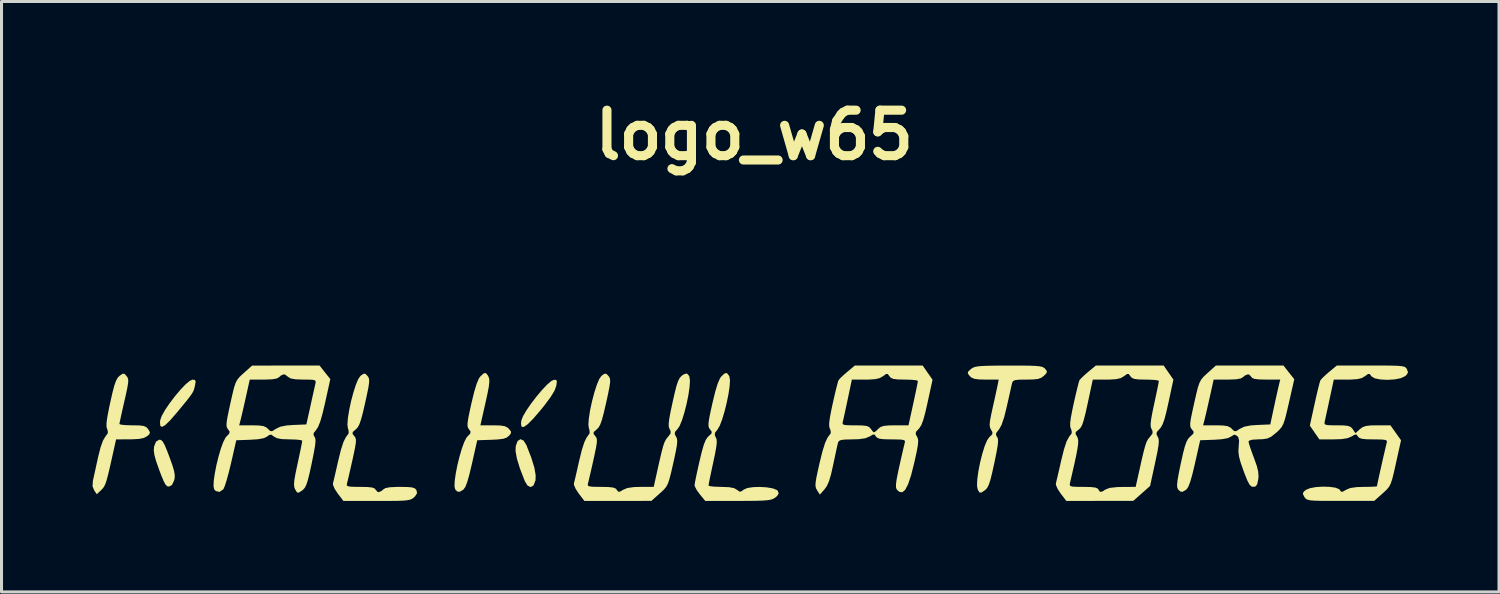
<source format=kicad_pcb>
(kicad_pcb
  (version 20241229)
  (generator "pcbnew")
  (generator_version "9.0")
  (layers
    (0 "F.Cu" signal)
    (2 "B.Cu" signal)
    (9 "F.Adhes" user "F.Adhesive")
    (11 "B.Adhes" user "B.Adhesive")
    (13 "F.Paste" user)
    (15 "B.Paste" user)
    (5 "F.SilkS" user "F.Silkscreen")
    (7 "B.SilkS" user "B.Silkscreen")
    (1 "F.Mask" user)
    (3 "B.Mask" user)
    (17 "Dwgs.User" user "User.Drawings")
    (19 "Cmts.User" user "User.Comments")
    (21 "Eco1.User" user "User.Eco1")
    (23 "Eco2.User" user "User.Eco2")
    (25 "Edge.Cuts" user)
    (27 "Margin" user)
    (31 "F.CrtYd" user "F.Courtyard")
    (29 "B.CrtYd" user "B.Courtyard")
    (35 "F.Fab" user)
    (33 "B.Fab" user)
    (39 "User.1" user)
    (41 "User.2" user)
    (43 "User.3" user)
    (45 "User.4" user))
  (footprint "logo_w65"
    (layer "F.Cu")
    (at 21.818 1.404)
    (property "Reference" "logo_w65" (at 0 0 0) (layer "F.SilkS") (effects (font (size 1.5 1.5) (thickness 0.3))))
    (attr board_only exclude_from_pos_files exclude_from_bom)
    (fp_poly (pts (xy -7.604 10.074) (xy -7.513 10.221) (xy -7.351 10.637) (xy -7.25 10.966) (xy -7.207 11.218) (xy -7.213 11.381) (xy -7.276 11.546) (xy -7.369 11.606) (xy -7.474 11.557) (xy -7.565 11.41) (xy -7.726 10.993) (xy -7.827 10.665) (xy -7.871 10.413) (xy -7.864 10.25) (xy -7.802 10.084) (xy -7.708 10.025)) (stroke (width 0) (type solid)) (fill yes) (layer "F.SilkS"))
    (fp_poly (pts (xy -6.509 8.115) (xy -6.523 8.24) (xy -6.529 8.27) (xy -6.586 8.425) (xy -6.711 8.632) (xy -6.912 8.902) (xy -7.037 9.058) (xy -7.282 9.343) (xy -7.468 9.531) (xy -7.597 9.622) (xy -7.671 9.617) (xy -7.692 9.518) (xy -7.679 9.409) (xy -7.626 9.27) (xy -7.514 9.078) (xy -7.362 8.857) (xy -7.187 8.628) (xy -7.006 8.412) (xy -6.837 8.233) (xy -6.698 8.112) (xy -6.617 8.071) (xy -6.535 8.069)) (stroke (width 0) (type solid)) (fill yes) (layer "F.SilkS"))
    (fp_poly (pts (xy -18.44 8.073) (xy -18.418 8.131) (xy -18.441 8.265) (xy -18.463 8.354) (xy -18.488 8.43) (xy -18.53 8.51) (xy -18.601 8.612) (xy -18.712 8.754) (xy -18.877 8.955) (xy -19.036 9.148) (xy -19.256 9.401) (xy -19.418 9.558) (xy -19.525 9.62) (xy -19.582 9.59) (xy -19.593 9.468) (xy -19.586 9.402) (xy -19.537 9.26) (xy -19.429 9.067) (xy -19.28 8.847) (xy -19.108 8.619) (xy -18.928 8.405) (xy -18.758 8.226) (xy -18.615 8.105) (xy -18.52 8.062)) (stroke (width 0) (type solid)) (fill yes) (layer "F.SilkS"))
    (fp_poly (pts (xy -19.562 10.05) (xy -19.507 10.099) (xy -19.444 10.208) (xy -19.364 10.397) (xy -19.286 10.601) (xy -19.187 10.876) (xy -19.129 11.071) (xy -19.106 11.213) (xy -19.112 11.327) (xy -19.122 11.372) (xy -19.196 11.533) (xy -19.292 11.587) (xy -19.351 11.58) (xy -19.406 11.53) (xy -19.468 11.418) (xy -19.548 11.227) (xy -19.62 11.036) (xy -19.72 10.753) (xy -19.777 10.55) (xy -19.798 10.401) (xy -19.789 10.278) (xy -19.786 10.264) (xy -19.725 10.107) (xy -19.624 10.044) (xy -19.622 10.044)) (stroke (width 0) (type solid)) (fill yes) (layer "F.SilkS"))
    (fp_poly (pts (xy -8.784 7.923) (xy -8.765 7.959) (xy -8.739 8.034) (xy -8.735 8.14) (xy -8.753 8.298) (xy -8.797 8.529) (xy -8.863 8.829) (xy -9.03 9.568) (xy -8.612 9.568) (xy -8.38 9.574) (xy -8.231 9.596) (xy -8.136 9.642) (xy -8.09 9.684) (xy -8.019 9.776) (xy -8.03 9.845) (xy -8.088 9.914) (xy -8.165 9.975) (xy -8.281 10.013) (xy -8.465 10.035) (xy -8.662 10.045) (xy -9.134 10.061) (xy -9.308 10.834) (xy -9.392 11.186) (xy -9.463 11.437) (xy -9.526 11.598) (xy -9.586 11.683) (xy -9.594 11.69) (xy -9.712 11.761) (xy -9.792 11.751) (xy -9.859 11.684) (xy -9.884 11.583) (xy -9.876 11.397) (xy -9.842 11.154) (xy -9.787 10.879) (xy -9.718 10.597) (xy -9.641 10.334) (xy -9.561 10.117) (xy -9.485 9.97) (xy -9.458 9.939) (xy -9.365 9.842) (xy -9.354 9.774) (xy -9.404 9.701) (xy -9.439 9.65) (xy -9.455 9.581) (xy -9.451 9.474) (xy -9.425 9.31) (xy -9.375 9.067) (xy -9.326 8.844) (xy -9.234 8.465) (xy -9.151 8.193) (xy -9.076 8.019) (xy -9.034 7.96) (xy -8.922 7.856) (xy -8.85 7.844)) (stroke (width 0) (type solid)) (fill yes) (layer "F.SilkS"))
    (fp_poly (pts (xy -20.763 7.872) (xy -20.696 7.943) (xy -20.659 7.997) (xy -20.64 8.065) (xy -20.643 8.167) (xy -20.669 8.325) (xy -20.718 8.56) (xy -20.766 8.768) (xy -20.828 9.042) (xy -20.88 9.275) (xy -20.916 9.442) (xy -20.932 9.523) (xy -20.932 9.525) (xy -20.88 9.546) (xy -20.741 9.561) (xy -20.541 9.568) (xy -20.503 9.568) (xy -20.275 9.572) (xy -20.133 9.589) (xy -20.046 9.627) (xy -19.985 9.692) (xy -19.981 9.698) (xy -19.924 9.798) (xy -19.948 9.867) (xy -20.021 9.929) (xy -20.134 9.987) (xy -20.304 10.019) (xy -20.559 10.031) (xy -20.596 10.031) (xy -21.041 10.032) (xy -21.167 10.598) (xy -21.246 10.952) (xy -21.308 11.211) (xy -21.357 11.394) (xy -21.401 11.518) (xy -21.445 11.603) (xy -21.496 11.667) (xy -21.537 11.708) (xy -21.676 11.839) (xy -21.762 11.715) (xy -21.818 11.577) (xy -21.805 11.394) (xy -21.801 11.378) (xy -21.767 11.225) (xy -21.717 10.998) (xy -21.66 10.735) (xy -21.634 10.616) (xy -21.553 10.295) (xy -21.468 10.062) (xy -21.394 9.94) (xy -21.314 9.829) (xy -21.318 9.73) (xy -21.336 9.693) (xy -21.357 9.615) (xy -21.356 9.487) (xy -21.329 9.293) (xy -21.276 9.014) (xy -21.232 8.809) (xy -21.158 8.483) (xy -21.097 8.252) (xy -21.041 8.096) (xy -20.986 7.996) (xy -20.927 7.937) (xy -20.826 7.867)) (stroke (width 0) (type solid)) (fill yes) (layer "F.SilkS"))
    (fp_poly (pts (xy -0.84 7.923) (xy -0.82 7.959) (xy -0.801 8.079) (xy -0.813 8.281) (xy -0.851 8.538) (xy -0.909 8.824) (xy -0.98 9.11) (xy -1.058 9.371) (xy -1.137 9.579) (xy -1.211 9.707) (xy -1.215 9.71) (xy -1.298 9.818) (xy -1.3 9.904) (xy -1.27 9.962) (xy -1.243 10.03) (xy -1.236 10.131) (xy -1.253 10.284) (xy -1.294 10.511) (xy -1.354 10.795) (xy -1.413 11.07) (xy -1.462 11.303) (xy -1.495 11.471) (xy -1.509 11.552) (xy -1.509 11.555) (xy -1.455 11.576) (xy -1.315 11.591) (xy -1.116 11.598) (xy -1.092 11.598) (xy -0.835 11.608) (xy -0.668 11.639) (xy -0.57 11.694) (xy -0.482 11.758) (xy -0.41 11.738) (xy -0.355 11.692) (xy -0.234 11.637) (xy -0.042 11.607) (xy 0.186 11.599) (xy 0.417 11.614) (xy 0.616 11.649) (xy 0.749 11.703) (xy 0.777 11.731) (xy 0.805 11.819) (xy 0.751 11.901) (xy 0.696 11.947) (xy 0.635 11.987) (xy 0.559 12.016) (xy 0.45 12.036) (xy 0.289 12.049) (xy 0.061 12.057) (xy -0.254 12.06) (xy -0.532 12.061) (xy -1.615 12.062) (xy -1.793 11.846) (xy -1.899 11.701) (xy -1.961 11.579) (xy -1.969 11.541) (xy -1.956 11.453) (xy -1.921 11.277) (xy -1.87 11.038) (xy -1.808 10.762) (xy -1.804 10.745) (xy -1.727 10.426) (xy -1.662 10.202) (xy -1.601 10.053) (xy -1.538 9.958) (xy -1.502 9.924) (xy -1.411 9.839) (xy -1.405 9.774) (xy -1.457 9.705) (xy -1.493 9.653) (xy -1.51 9.586) (xy -1.508 9.484) (xy -1.484 9.326) (xy -1.436 9.092) (xy -1.381 8.844) (xy -1.289 8.465) (xy -1.207 8.193) (xy -1.131 8.019) (xy -1.089 7.96) (xy -0.978 7.856) (xy -0.905 7.844)) (stroke (width 0) (type solid)) (fill yes) (layer "F.SilkS"))
    (fp_poly (pts (xy 8.774 7.599) (xy 9.063 7.602) (xy 9.269 7.61) (xy 9.409 7.623) (xy 9.5 7.644) (xy 9.557 7.674) (xy 9.588 7.703) (xy 9.647 7.783) (xy 9.632 7.85) (xy 9.55 7.935) (xy 9.462 8.001) (xy 9.351 8.04) (xy 9.184 8.057) (xy 8.971 8.061) (xy 8.745 8.063) (xy 8.61 8.076) (xy 8.538 8.105) (xy 8.505 8.159) (xy 8.496 8.191) (xy 8.471 8.3) (xy 8.428 8.492) (xy 8.373 8.739) (xy 8.325 8.951) (xy 8.237 9.307) (xy 8.152 9.555) (xy 8.069 9.704) (xy 8.056 9.718) (xy 7.974 9.824) (xy 7.972 9.9) (xy 8.003 9.946) (xy 8.03 10.001) (xy 8.038 10.091) (xy 8.025 10.233) (xy 7.988 10.448) (xy 7.926 10.754) (xy 7.911 10.824) (xy 7.84 11.146) (xy 7.783 11.374) (xy 7.732 11.528) (xy 7.681 11.628) (xy 7.622 11.694) (xy 7.591 11.718) (xy 7.484 11.787) (xy 7.426 11.783) (xy 7.372 11.698) (xy 7.367 11.689) (xy 7.343 11.559) (xy 7.352 11.348) (xy 7.388 11.084) (xy 7.445 10.796) (xy 7.516 10.51) (xy 7.595 10.256) (xy 7.677 10.06) (xy 7.753 9.953) (xy 7.845 9.868) (xy 7.851 9.794) (xy 7.808 9.718) (xy 7.773 9.647) (xy 7.759 9.56) (xy 7.77 9.429) (xy 7.807 9.232) (xy 7.854 9.014) (xy 7.914 8.747) (xy 7.967 8.503) (xy 8.007 8.316) (xy 8.021 8.249) (xy 8.058 8.061) (xy 7.633 8.061) (xy 7.398 8.055) (xy 7.248 8.033) (xy 7.152 7.989) (xy 7.105 7.946) (xy 7.039 7.861) (xy 7.051 7.798) (xy 7.139 7.716) (xy 7.196 7.676) (xy 7.267 7.646) (xy 7.368 7.625) (xy 7.518 7.612) (xy 7.735 7.604) (xy 8.034 7.6) (xy 8.385 7.599)) (stroke (width 0) (type solid)) (fill yes) (layer "F.SilkS"))
    (fp_poly (pts (xy -12.818 7.873) (xy -12.751 7.943) (xy -12.715 7.995) (xy -12.697 8.062) (xy -12.699 8.162) (xy -12.721 8.316) (xy -12.768 8.545) (xy -12.829 8.826) (xy -12.904 9.151) (xy -12.966 9.381) (xy -13.021 9.537) (xy -13.076 9.638) (xy -13.139 9.703) (xy -13.143 9.706) (xy -13.237 9.788) (xy -13.244 9.85) (xy -13.191 9.919) (xy -13.152 9.971) (xy -13.133 10.037) (xy -13.136 10.139) (xy -13.161 10.298) (xy -13.21 10.535) (xy -13.248 10.71) (xy -13.31 10.985) (xy -13.365 11.226) (xy -13.408 11.406) (xy -13.431 11.497) (xy -13.435 11.547) (xy -13.395 11.577) (xy -13.289 11.593) (xy -13.098 11.598) (xy -12.992 11.598) (xy -12.744 11.603) (xy -12.59 11.621) (xy -12.51 11.655) (xy -12.489 11.685) (xy -12.42 11.762) (xy -12.382 11.772) (xy -12.286 11.731) (xy -12.236 11.685) (xy -12.161 11.638) (xy -12.018 11.61) (xy -11.787 11.599) (xy -11.68 11.598) (xy -11.436 11.602) (xy -11.282 11.616) (xy -11.193 11.646) (xy -11.144 11.696) (xy -11.139 11.706) (xy -11.117 11.806) (xy -11.181 11.907) (xy -11.213 11.938) (xy -11.265 11.981) (xy -11.327 12.013) (xy -11.416 12.035) (xy -11.549 12.05) (xy -11.745 12.058) (xy -12.02 12.061) (xy -12.391 12.062) (xy -12.445 12.062) (xy -13.545 12.062) (xy -13.732 11.819) (xy -13.833 11.665) (xy -13.888 11.536) (xy -13.892 11.486) (xy -13.869 11.395) (xy -13.827 11.218) (xy -13.772 10.98) (xy -13.716 10.731) (xy -13.627 10.373) (xy -13.543 10.113) (xy -13.465 9.959) (xy -13.451 9.942) (xy -13.372 9.83) (xy -13.378 9.721) (xy -13.396 9.678) (xy -13.414 9.547) (xy -13.399 9.336) (xy -13.357 9.072) (xy -13.296 8.783) (xy -13.221 8.498) (xy -13.14 8.243) (xy -13.059 8.047) (xy -12.984 7.938) (xy -12.981 7.936) (xy -12.88 7.867)) (stroke (width 0) (type solid)) (fill yes) (layer "F.SilkS"))
    (fp_poly (pts (xy -2.157 7.929) (xy -2.139 7.966) (xy -2.12 8.097) (xy -2.134 8.31) (xy -2.173 8.575) (xy -2.232 8.864) (xy -2.305 9.149) (xy -2.384 9.402) (xy -2.464 9.594) (xy -2.528 9.689) (xy -2.615 9.787) (xy -2.621 9.866) (xy -2.581 9.938) (xy -2.551 10.002) (xy -2.54 10.087) (xy -2.55 10.215) (xy -2.583 10.406) (xy -2.641 10.681) (xy -2.671 10.815) (xy -2.741 11.121) (xy -2.796 11.336) (xy -2.846 11.487) (xy -2.903 11.595) (xy -2.977 11.685) (xy -3.079 11.781) (xy -3.117 11.814) (xy -3.392 12.06) (xy -4.496 12.061) (xy -5.6 12.062) (xy -5.787 11.819) (xy -5.888 11.665) (xy -5.944 11.536) (xy -5.947 11.486) (xy -5.924 11.395) (xy -5.882 11.218) (xy -5.828 10.98) (xy -5.772 10.731) (xy -5.683 10.373) (xy -5.598 10.113) (xy -5.52 9.959) (xy -5.506 9.942) (xy -5.427 9.83) (xy -5.433 9.721) (xy -5.451 9.678) (xy -5.469 9.547) (xy -5.454 9.336) (xy -5.413 9.072) (xy -5.351 8.783) (xy -5.276 8.498) (xy -5.195 8.243) (xy -5.114 8.047) (xy -5.039 7.938) (xy -5.037 7.936) (xy -4.936 7.867) (xy -4.873 7.873) (xy -4.806 7.943) (xy -4.77 7.995) (xy -4.752 8.062) (xy -4.754 8.162) (xy -4.777 8.316) (xy -4.823 8.545) (xy -4.884 8.826) (xy -4.96 9.151) (xy -5.021 9.381) (xy -5.076 9.537) (xy -5.131 9.638) (xy -5.194 9.703) (xy -5.198 9.706) (xy -5.292 9.788) (xy -5.299 9.85) (xy -5.246 9.919) (xy -5.207 9.971) (xy -5.189 10.037) (xy -5.191 10.139) (xy -5.216 10.298) (xy -5.265 10.535) (xy -5.303 10.71) (xy -5.365 10.985) (xy -5.421 11.226) (xy -5.463 11.406) (xy -5.486 11.497) (xy -5.49 11.547) (xy -5.45 11.578) (xy -5.344 11.593) (xy -5.151 11.598) (xy -5.052 11.598) (xy -4.808 11.603) (xy -4.655 11.62) (xy -4.569 11.654) (xy -4.532 11.696) (xy -4.485 11.759) (xy -4.424 11.753) (xy -4.329 11.696) (xy -4.183 11.635) (xy -3.963 11.604) (xy -3.747 11.598) (xy -3.315 11.598) (xy -3.19 11.033) (xy -3.111 10.683) (xy -3.05 10.427) (xy -3.002 10.248) (xy -2.959 10.125) (xy -2.916 10.04) (xy -2.867 9.974) (xy -2.84 9.943) (xy -2.759 9.837) (xy -2.761 9.75) (xy -2.789 9.697) (xy -2.816 9.63) (xy -2.823 9.53) (xy -2.807 9.379) (xy -2.767 9.155) (xy -2.7 8.839) (xy -2.7 8.835) (xy -2.625 8.504) (xy -2.565 8.267) (xy -2.51 8.106) (xy -2.454 8) (xy -2.388 7.931) (xy -2.31 7.881) (xy -2.221 7.86)) (stroke (width 0) (type solid)) (fill yes) (layer "F.SilkS"))
    (fp_poly (pts (xy 20.717 7.597) (xy 21.004 7.6) (xy 21.208 7.606) (xy 21.344 7.618) (xy 21.429 7.637) (xy 21.479 7.665) (xy 21.509 7.703) (xy 21.519 7.722) (xy 21.553 7.823) (xy 21.507 7.904) (xy 21.449 7.953) (xy 21.306 8.017) (xy 21.101 8.056) (xy 20.868 8.069) (xy 20.643 8.057) (xy 20.458 8.02) (xy 20.35 7.957) (xy 20.344 7.949) (xy 20.29 7.876) (xy 20.235 7.876) (xy 20.135 7.948) (xy 20.133 7.949) (xy 20.027 8.011) (xy 19.882 8.046) (xy 19.667 8.06) (xy 19.549 8.061) (xy 19.106 8.061) (xy 18.972 8.684) (xy 18.915 8.952) (xy 18.863 9.188) (xy 18.824 9.364) (xy 18.808 9.438) (xy 18.798 9.504) (xy 18.823 9.543) (xy 18.905 9.562) (xy 19.067 9.568) (xy 19.211 9.568) (xy 19.439 9.572) (xy 19.581 9.589) (xy 19.667 9.625) (xy 19.726 9.689) (xy 19.733 9.699) (xy 19.82 9.829) (xy 19.961 9.699) (xy 20.053 9.63) (xy 20.164 9.59) (xy 20.328 9.572) (xy 20.537 9.568) (xy 20.973 9.568) (xy 21.148 9.815) (xy 21.323 10.061) (xy 21.156 10.815) (xy 21.088 11.121) (xy 21.034 11.336) (xy 20.984 11.487) (xy 20.928 11.595) (xy 20.854 11.684) (xy 20.753 11.78) (xy 20.716 11.813) (xy 20.442 12.058) (xy 19.332 12.06) (xy 18.948 12.06) (xy 18.663 12.058) (xy 18.46 12.052) (xy 18.325 12.04) (xy 18.239 12.021) (xy 18.186 11.992) (xy 18.151 11.952) (xy 18.137 11.931) (xy 18.085 11.83) (xy 18.112 11.759) (xy 18.184 11.699) (xy 18.317 11.642) (xy 18.515 11.605) (xy 18.743 11.59) (xy 18.969 11.597) (xy 19.16 11.624) (xy 19.282 11.673) (xy 19.302 11.696) (xy 19.349 11.759) (xy 19.41 11.753) (xy 19.506 11.696) (xy 19.649 11.636) (xy 19.865 11.605) (xy 20.092 11.598) (xy 20.3 11.596) (xy 20.455 11.589) (xy 20.527 11.579) (xy 20.529 11.577) (xy 20.541 11.512) (xy 20.573 11.36) (xy 20.619 11.15) (xy 20.674 10.906) (xy 20.73 10.657) (xy 20.783 10.429) (xy 20.825 10.249) (xy 20.851 10.143) (xy 20.854 10.134) (xy 20.858 10.083) (xy 20.817 10.053) (xy 20.711 10.038) (xy 20.518 10.033) (xy 20.42 10.032) (xy 20.175 10.028) (xy 20.022 10.011) (xy 19.936 9.976) (xy 19.9 9.935) (xy 19.853 9.872) (xy 19.792 9.877) (xy 19.696 9.935) (xy 19.561 9.992) (xy 19.36 10.024) (xy 19.089 10.032) (xy 18.631 10.032) (xy 18.473 9.805) (xy 18.316 9.578) (xy 18.473 8.863) (xy 18.535 8.585) (xy 18.592 8.347) (xy 18.637 8.172) (xy 18.665 8.084) (xy 18.666 8.082) (xy 18.728 8.01) (xy 18.85 7.896) (xy 18.954 7.806) (xy 19.206 7.597) (xy 20.329 7.597)) (stroke (width 0) (type solid)) (fill yes) (layer "F.SilkS"))
    (fp_poly (pts (xy 13.657 7.829) (xy 13.818 8.061) (xy 13.657 8.812) (xy 13.582 9.145) (xy 13.518 9.383) (xy 13.458 9.545) (xy 13.396 9.651) (xy 13.359 9.692) (xy 13.27 9.791) (xy 13.262 9.87) (xy 13.299 9.941) (xy 13.328 10.006) (xy 13.338 10.095) (xy 13.327 10.23) (xy 13.293 10.432) (xy 13.233 10.72) (xy 13.213 10.815) (xy 13.049 11.569) (xy 12.773 11.813) (xy 12.497 12.058) (xy 11.393 12.06) (xy 10.289 12.062) (xy 10.102 11.819) (xy 10.001 11.665) (xy 9.946 11.536) (xy 9.946 11.532) (xy 10.399 11.532) (xy 10.422 11.571) (xy 10.5 11.59) (xy 10.655 11.597) (xy 10.845 11.598) (xy 11.093 11.603) (xy 11.246 11.621) (xy 11.325 11.656) (xy 11.345 11.685) (xy 11.396 11.761) (xy 11.477 11.751) (xy 11.573 11.687) (xy 11.717 11.632) (xy 11.969 11.604) (xy 12.13 11.6) (xy 12.574 11.598) (xy 12.7 11.033) (xy 12.778 10.683) (xy 12.839 10.427) (xy 12.888 10.248) (xy 12.93 10.125) (xy 12.973 10.04) (xy 13.023 9.974) (xy 13.05 9.943) (xy 13.13 9.837) (xy 13.129 9.75) (xy 13.1 9.697) (xy 13.073 9.628) (xy 13.067 9.528) (xy 13.083 9.375) (xy 13.124 9.148) (xy 13.184 8.864) (xy 13.243 8.589) (xy 13.292 8.356) (xy 13.325 8.187) (xy 13.339 8.107) (xy 13.339 8.104) (xy 13.285 8.083) (xy 13.144 8.068) (xy 12.944 8.061) (xy 12.903 8.061) (xy 12.672 8.056) (xy 12.528 8.038) (xy 12.444 8.001) (xy 12.399 7.949) (xy 12.345 7.876) (xy 12.29 7.876) (xy 12.19 7.948) (xy 12.188 7.949) (xy 12.082 8.011) (xy 11.938 8.046) (xy 11.724 8.06) (xy 11.603 8.061) (xy 11.16 8.061) (xy 10.993 8.843) (xy 10.921 9.168) (xy 10.862 9.397) (xy 10.811 9.551) (xy 10.759 9.647) (xy 10.702 9.706) (xy 10.69 9.715) (xy 10.598 9.788) (xy 10.596 9.861) (xy 10.639 9.933) (xy 10.666 9.99) (xy 10.68 10.068) (xy 10.677 10.179) (xy 10.655 10.34) (xy 10.613 10.563) (xy 10.548 10.864) (xy 10.458 11.256) (xy 10.409 11.468) (xy 10.399 11.532) (xy 9.946 11.532) (xy 9.943 11.486) (xy 9.965 11.395) (xy 10.007 11.218) (xy 10.062 10.98) (xy 10.118 10.731) (xy 10.21 10.361) (xy 10.297 10.099) (xy 10.378 9.948) (xy 10.386 9.939) (xy 10.466 9.83) (xy 10.461 9.733) (xy 10.44 9.688) (xy 10.416 9.61) (xy 10.415 9.491) (xy 10.438 9.312) (xy 10.488 9.052) (xy 10.53 8.856) (xy 10.592 8.58) (xy 10.649 8.343) (xy 10.693 8.169) (xy 10.72 8.084) (xy 10.721 8.082) (xy 10.784 8.01) (xy 10.905 7.896) (xy 11.009 7.806) (xy 11.261 7.597) (xy 12.379 7.597) (xy 13.496 7.597)) (stroke (width 0) (type solid)) (fill yes) (layer "F.SilkS"))
    (fp_poly (pts (xy 17.624 7.823) (xy 17.803 8.048) (xy 17.627 8.823) (xy 17.555 9.134) (xy 17.499 9.355) (xy 17.448 9.509) (xy 17.392 9.617) (xy 17.323 9.704) (xy 17.231 9.792) (xy 17.207 9.812) (xy 17.05 9.939) (xy 16.917 10.003) (xy 16.753 10.027) (xy 16.629 10.03) (xy 16.417 10.042) (xy 16.311 10.076) (xy 16.295 10.106) (xy 16.315 10.191) (xy 16.368 10.354) (xy 16.444 10.565) (xy 16.474 10.643) (xy 16.567 10.904) (xy 16.615 11.098) (xy 16.625 11.259) (xy 16.615 11.352) (xy 16.581 11.51) (xy 16.529 11.582) (xy 16.451 11.598) (xy 16.386 11.582) (xy 16.326 11.521) (xy 16.26 11.397) (xy 16.176 11.19) (xy 16.13 11.067) (xy 16.034 10.793) (xy 15.98 10.591) (xy 15.961 10.429) (xy 15.97 10.273) (xy 15.971 10.263) (xy 15.984 10.074) (xy 15.957 9.961) (xy 15.918 9.916) (xy 15.832 9.874) (xy 15.742 9.922) (xy 15.727 9.935) (xy 15.611 9.992) (xy 15.405 10.028) (xy 15.163 10.044) (xy 14.701 10.061) (xy 14.527 10.834) (xy 14.443 11.186) (xy 14.371 11.437) (xy 14.308 11.598) (xy 14.248 11.683) (xy 14.24 11.69) (xy 14.122 11.761) (xy 14.042 11.75) (xy 13.973 11.682) (xy 13.946 11.626) (xy 13.939 11.534) (xy 13.953 11.388) (xy 13.992 11.167) (xy 14.056 10.855) (xy 14.062 10.827) (xy 14.133 10.504) (xy 14.192 10.276) (xy 14.246 10.12) (xy 14.301 10.017) (xy 14.366 9.945) (xy 14.376 9.937) (xy 14.473 9.847) (xy 14.487 9.783) (xy 14.43 9.705) (xy 14.392 9.654) (xy 14.373 9.591) (xy 14.373 9.568) (xy 14.797 9.568) (xy 15.218 9.568) (xy 15.453 9.574) (xy 15.602 9.596) (xy 15.698 9.641) (xy 15.743 9.683) (xy 15.819 9.757) (xy 15.884 9.762) (xy 15.986 9.698) (xy 16.004 9.686) (xy 16.152 9.614) (xy 16.367 9.572) (xy 16.586 9.557) (xy 17.012 9.539) (xy 17.136 8.96) (xy 17.193 8.696) (xy 17.246 8.46) (xy 17.286 8.283) (xy 17.301 8.22) (xy 17.341 8.061) (xy 16.883 8.061) (xy 16.637 8.055) (xy 16.486 8.037) (xy 16.409 8.002) (xy 16.39 7.974) (xy 16.317 7.897) (xy 16.275 7.887) (xy 16.172 7.928) (xy 16.121 7.974) (xy 16.041 8.023) (xy 15.889 8.051) (xy 15.644 8.061) (xy 15.597 8.061) (xy 15.145 8.061) (xy 15.02 8.626) (xy 14.96 8.891) (xy 14.905 9.134) (xy 14.861 9.318) (xy 14.846 9.38) (xy 14.797 9.568) (xy 14.373 9.568) (xy 14.373 9.494) (xy 14.395 9.344) (xy 14.441 9.12) (xy 14.502 8.844) (xy 14.571 8.538) (xy 14.625 8.322) (xy 14.676 8.172) (xy 14.733 8.063) (xy 14.807 7.972) (xy 14.909 7.876) (xy 14.945 7.843) (xy 15.219 7.597) (xy 16.332 7.597) (xy 17.446 7.597)) (stroke (width 0) (type solid)) (fill yes) (layer "F.SilkS"))
    (fp_poly (pts (xy -14.156 7.821) (xy -13.978 8.045) (xy -14.147 8.814) (xy -14.234 9.18) (xy -14.31 9.445) (xy -14.381 9.622) (xy -14.445 9.719) (xy -14.527 9.825) (xy -14.527 9.902) (xy -14.499 9.944) (xy -14.473 10) (xy -14.466 10.094) (xy -14.481 10.244) (xy -14.52 10.468) (xy -14.584 10.786) (xy -14.591 10.821) (xy -14.661 11.144) (xy -14.718 11.372) (xy -14.768 11.526) (xy -14.818 11.626) (xy -14.876 11.692) (xy -14.909 11.718) (xy -15.016 11.787) (xy -15.075 11.782) (xy -15.13 11.695) (xy -15.136 11.684) (xy -15.165 11.609) (xy -15.175 11.512) (xy -15.163 11.372) (xy -15.127 11.165) (xy -15.065 10.87) (xy -15.057 10.831) (xy -14.998 10.557) (xy -14.949 10.325) (xy -14.916 10.157) (xy -14.903 10.078) (xy -14.903 10.076) (xy -14.956 10.055) (xy -15.097 10.039) (xy -15.295 10.032) (xy -15.32 10.032) (xy -15.576 10.023) (xy -15.743 9.991) (xy -15.841 9.936) (xy -15.93 9.873) (xy -16.003 9.893) (xy -16.051 9.934) (xy -16.165 9.991) (xy -16.366 10.028) (xy -16.616 10.044) (xy -17.078 10.061) (xy -17.252 10.822) (xy -17.323 11.112) (xy -17.392 11.365) (xy -17.453 11.559) (xy -17.499 11.668) (xy -17.506 11.678) (xy -17.629 11.764) (xy -17.751 11.736) (xy -17.804 11.684) (xy -17.828 11.583) (xy -17.821 11.397) (xy -17.786 11.154) (xy -17.732 10.879) (xy -17.663 10.597) (xy -17.586 10.334) (xy -17.506 10.117) (xy -17.43 9.97) (xy -17.403 9.939) (xy -17.31 9.842) (xy -17.298 9.774) (xy -17.349 9.701) (xy -17.384 9.65) (xy -17.4 9.581) (xy -17.4 9.568) (xy -16.982 9.568) (xy -16.561 9.568) (xy -16.326 9.574) (xy -16.177 9.596) (xy -16.081 9.641) (xy -16.036 9.683) (xy -15.96 9.757) (xy -15.895 9.762) (xy -15.793 9.698) (xy -15.775 9.686) (xy -15.627 9.614) (xy -15.412 9.572) (xy -15.193 9.557) (xy -14.768 9.539) (xy -14.633 8.931) (xy -14.575 8.666) (xy -14.523 8.432) (xy -14.484 8.26) (xy -14.468 8.191) (xy -14.459 8.125) (xy -14.484 8.086) (xy -14.567 8.067) (xy -14.73 8.061) (xy -14.866 8.061) (xy -15.123 8.052) (xy -15.284 8.024) (xy -15.368 7.974) (xy -15.463 7.9) (xy -15.513 7.887) (xy -15.608 7.927) (xy -15.658 7.974) (xy -15.738 8.023) (xy -15.89 8.051) (xy -16.135 8.061) (xy -16.182 8.061) (xy -16.634 8.061) (xy -16.759 8.626) (xy -16.819 8.891) (xy -16.874 9.134) (xy -16.918 9.318) (xy -16.933 9.38) (xy -16.982 9.568) (xy -17.4 9.568) (xy -17.396 9.474) (xy -17.371 9.31) (xy -17.321 9.067) (xy -17.273 8.844) (xy -17.204 8.538) (xy -17.151 8.323) (xy -17.101 8.172) (xy -17.044 8.064) (xy -16.971 7.974) (xy -16.87 7.879) (xy -16.831 7.844) (xy -16.556 7.599) (xy -15.445 7.598) (xy -14.333 7.597)) (stroke (width 0) (type solid)) (fill yes) (layer "F.SilkS"))
    (fp_poly (pts (xy 5.714 7.831) (xy 5.877 8.066) (xy 5.714 8.814) (xy 5.637 9.151) (xy 5.571 9.392) (xy 5.509 9.555) (xy 5.445 9.659) (xy 5.418 9.688) (xy 5.33 9.786) (xy 5.324 9.865) (xy 5.363 9.938) (xy 5.393 10.002) (xy 5.404 10.087) (xy 5.394 10.215) (xy 5.361 10.406) (xy 5.302 10.68) (xy 5.272 10.812) (xy 5.17 11.216) (xy 5.072 11.509) (xy 4.976 11.694) (xy 4.879 11.776) (xy 4.777 11.76) (xy 4.7 11.688) (xy 4.674 11.627) (xy 4.671 11.519) (xy 4.694 11.346) (xy 4.745 11.09) (xy 4.782 10.92) (xy 4.844 10.644) (xy 4.899 10.403) (xy 4.941 10.224) (xy 4.964 10.134) (xy 4.968 10.083) (xy 4.928 10.053) (xy 4.822 10.038) (xy 4.629 10.033) (xy 4.53 10.032) (xy 4.286 10.028) (xy 4.133 10.011) (xy 4.047 9.976) (xy 4.01 9.935) (xy 3.964 9.872) (xy 3.902 9.877) (xy 3.807 9.935) (xy 3.661 9.995) (xy 3.442 10.026) (xy 3.224 10.032) (xy 2.996 10.037) (xy 2.859 10.053) (xy 2.789 10.087) (xy 2.763 10.134) (xy 2.739 10.23) (xy 2.699 10.412) (xy 2.648 10.652) (xy 2.601 10.872) (xy 2.53 11.188) (xy 2.463 11.413) (xy 2.393 11.57) (xy 2.315 11.68) (xy 2.162 11.851) (xy 2.071 11.71) (xy 2.036 11.645) (xy 2.018 11.57) (xy 2.021 11.464) (xy 2.045 11.305) (xy 2.094 11.073) (xy 2.151 10.818) (xy 2.249 10.421) (xy 2.338 10.139) (xy 2.418 9.97) (xy 2.442 9.939) (xy 2.521 9.83) (xy 2.516 9.732) (xy 2.495 9.688) (xy 2.471 9.61) (xy 2.47 9.504) (xy 2.909 9.504) (xy 2.932 9.543) (xy 3.012 9.562) (xy 3.17 9.568) (xy 3.327 9.568) (xy 3.559 9.573) (xy 3.704 9.589) (xy 3.789 9.625) (xy 3.841 9.684) (xy 3.91 9.775) (xy 3.948 9.8) (xy 4.009 9.762) (xy 4.088 9.684) (xy 4.163 9.623) (xy 4.269 9.588) (xy 4.436 9.572) (xy 4.639 9.568) (xy 5.085 9.568) (xy 5.24 8.858) (xy 5.299 8.584) (xy 5.348 8.352) (xy 5.381 8.185) (xy 5.394 8.106) (xy 5.394 8.104) (xy 5.34 8.083) (xy 5.199 8.068) (xy 4.999 8.061) (xy 4.959 8.061) (xy 4.727 8.056) (xy 4.583 8.038) (xy 4.499 8.001) (xy 4.455 7.949) (xy 4.401 7.876) (xy 4.346 7.876) (xy 4.245 7.948) (xy 4.243 7.949) (xy 4.137 8.011) (xy 3.993 8.046) (xy 3.778 8.06) (xy 3.659 8.061) (xy 3.217 8.061) (xy 3.086 8.684) (xy 3.029 8.952) (xy 2.978 9.189) (xy 2.939 9.364) (xy 2.921 9.438) (xy 2.909 9.504) (xy 2.47 9.504) (xy 2.47 9.491) (xy 2.493 9.312) (xy 2.543 9.052) (xy 2.585 8.856) (xy 2.647 8.58) (xy 2.704 8.343) (xy 2.749 8.169) (xy 2.776 8.084) (xy 2.777 8.082) (xy 2.839 8.01) (xy 2.961 7.896) (xy 3.065 7.806) (xy 3.316 7.597) (xy 4.434 7.597) (xy 5.551 7.597)) (stroke (width 0) (type solid)) (fill yes) (layer "F.SilkS")))
  (gr_rect
    (start -3 -3)
    (end 46.371 16.466)
    (stroke (width 0.1) (type default))
    (fill no)
    (layer "Edge.Cuts")))
</source>
